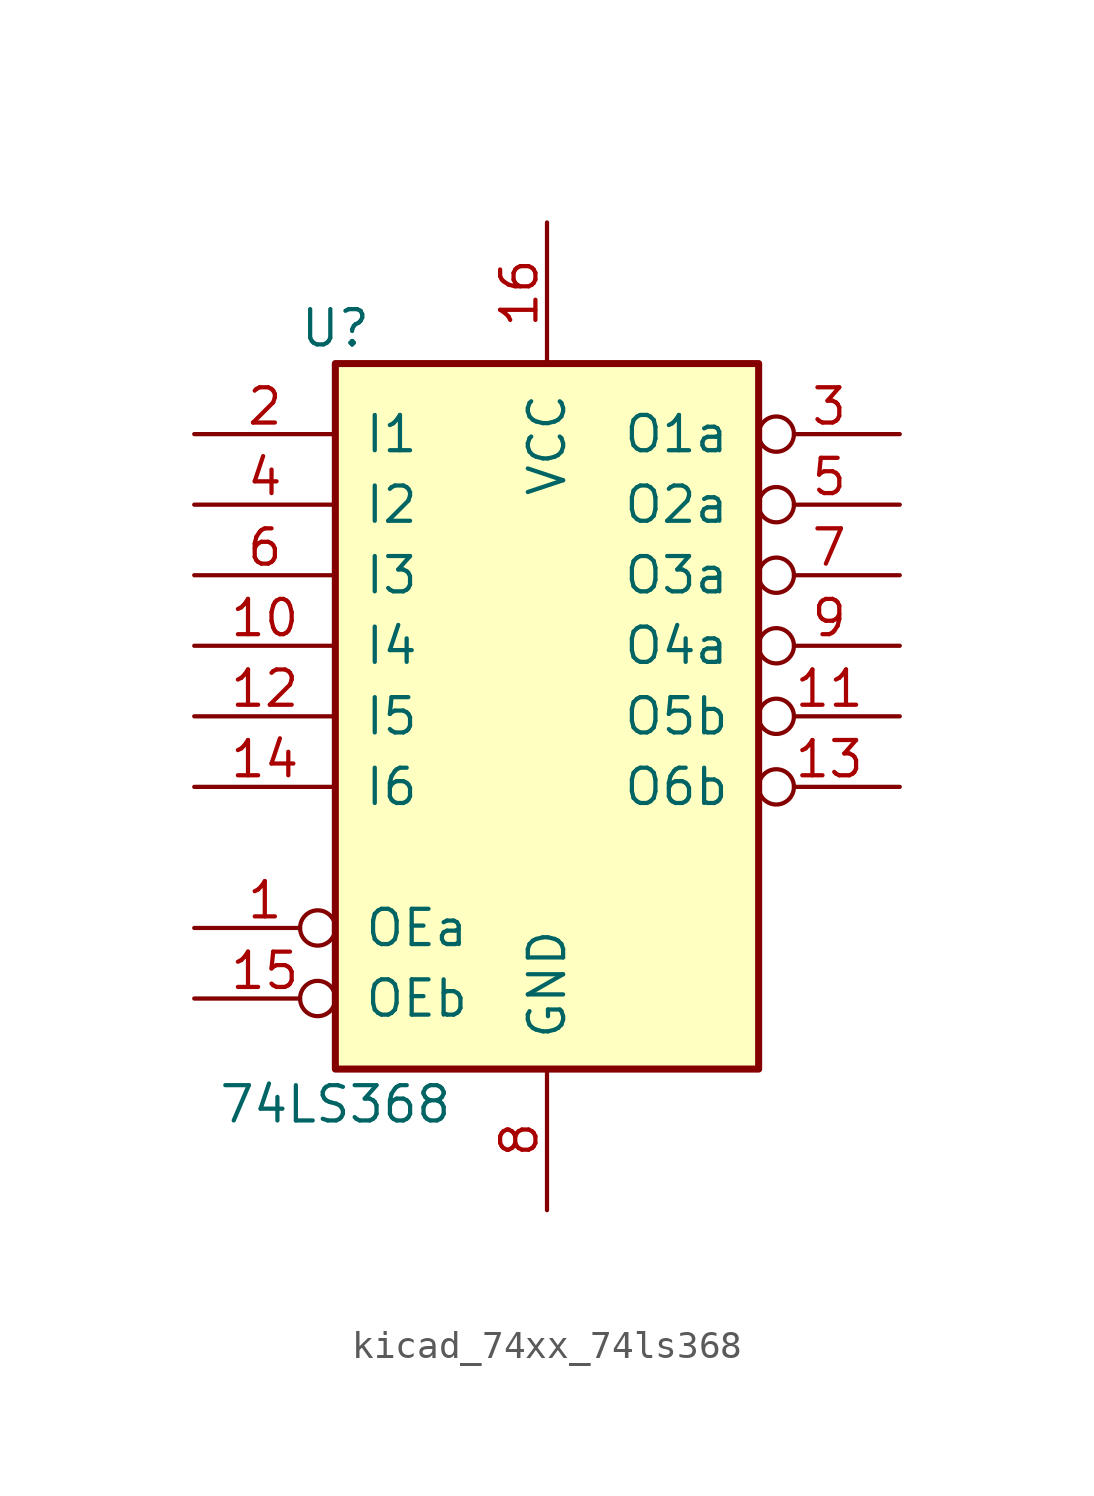
<source format=kicad_sym>
(kicad_symbol_lib
  (version 20220914)
  (generator kicad_symbol_editor)
  (symbol "kicad_74xx_74ls368"
    (pin_names
      (offset 1.016))
    (property "Reference" "U"
      (at -7.62 13.97 0)
      (effects (font (size 1.27 1.27))))
    (property "Value" "74LS368"
      (at -7.62 -13.97 0)
      (effects (font (size 1.27 1.27))))
    (property "ki_locked" ""
      (at 0 0 0)
      (effects (font (size 1.27 1.27))))
    (symbol "kicad_74xx_74ls368_1_0"
      (pin input inverted (at -12.7 -7.62 0) (length 5.08) (name "OEa" (effects (font (size 1.27 1.27)))) (number "1" (effects (font (size 1.27 1.27)))))
      (pin input line (at -12.7 2.54 0) (length 5.08) (name "I4" (effects (font (size 1.27 1.27)))) (number "10" (effects (font (size 1.27 1.27)))))
      (pin tri_state inverted (at 12.7 0 180) (length 5.08) (name "O5b" (effects (font (size 1.27 1.27)))) (number "11" (effects (font (size 1.27 1.27)))))
      (pin input line (at -12.7 0 0) (length 5.08) (name "I5" (effects (font (size 1.27 1.27)))) (number "12" (effects (font (size 1.27 1.27)))))
      (pin tri_state inverted (at 12.7 -2.54 180) (length 5.08) (name "O6b" (effects (font (size 1.27 1.27)))) (number "13" (effects (font (size 1.27 1.27)))))
      (pin input line (at -12.7 -2.54 0) (length 5.08) (name "I6" (effects (font (size 1.27 1.27)))) (number "14" (effects (font (size 1.27 1.27)))))
      (pin input inverted (at -12.7 -10.16 0) (length 5.08) (name "OEb" (effects (font (size 1.27 1.27)))) (number "15" (effects (font (size 1.27 1.27)))))
      (pin power_in line (at 0 17.78 270) (length 5.08) (name "VCC" (effects (font (size 1.27 1.27)))) (number "16" (effects (font (size 1.27 1.27)))))
      (pin input line (at -12.7 10.16 0) (length 5.08) (name "I1" (effects (font (size 1.27 1.27)))) (number "2" (effects (font (size 1.27 1.27)))))
      (pin tri_state inverted (at 12.7 10.16 180) (length 5.08) (name "O1a" (effects (font (size 1.27 1.27)))) (number "3" (effects (font (size 1.27 1.27)))))
      (pin input line (at -12.7 7.62 0) (length 5.08) (name "I2" (effects (font (size 1.27 1.27)))) (number "4" (effects (font (size 1.27 1.27)))))
      (pin tri_state inverted (at 12.7 7.62 180) (length 5.08) (name "O2a" (effects (font (size 1.27 1.27)))) (number "5" (effects (font (size 1.27 1.27)))))
      (pin input line (at -12.7 5.08 0) (length 5.08) (name "I3" (effects (font (size 1.27 1.27)))) (number "6" (effects (font (size 1.27 1.27)))))
      (pin tri_state inverted (at 12.7 5.08 180) (length 5.08) (name "O3a" (effects (font (size 1.27 1.27)))) (number "7" (effects (font (size 1.27 1.27)))))
      (pin power_in line (at 0 -17.78 90) (length 5.08) (name "GND" (effects (font (size 1.27 1.27)))) (number "8" (effects (font (size 1.27 1.27)))))
      (pin tri_state inverted (at 12.7 2.54 180) (length 5.08) (name "O4a" (effects (font (size 1.27 1.27)))) (number "9" (effects (font (size 1.27 1.27))))))
    (symbol "kicad_74xx_74ls368_1_1"
      (rectangle (start -7.62 12.7) (end 7.62 -12.7) (stroke (width 0.254) (type default)) (fill (type background))))))
</source>
